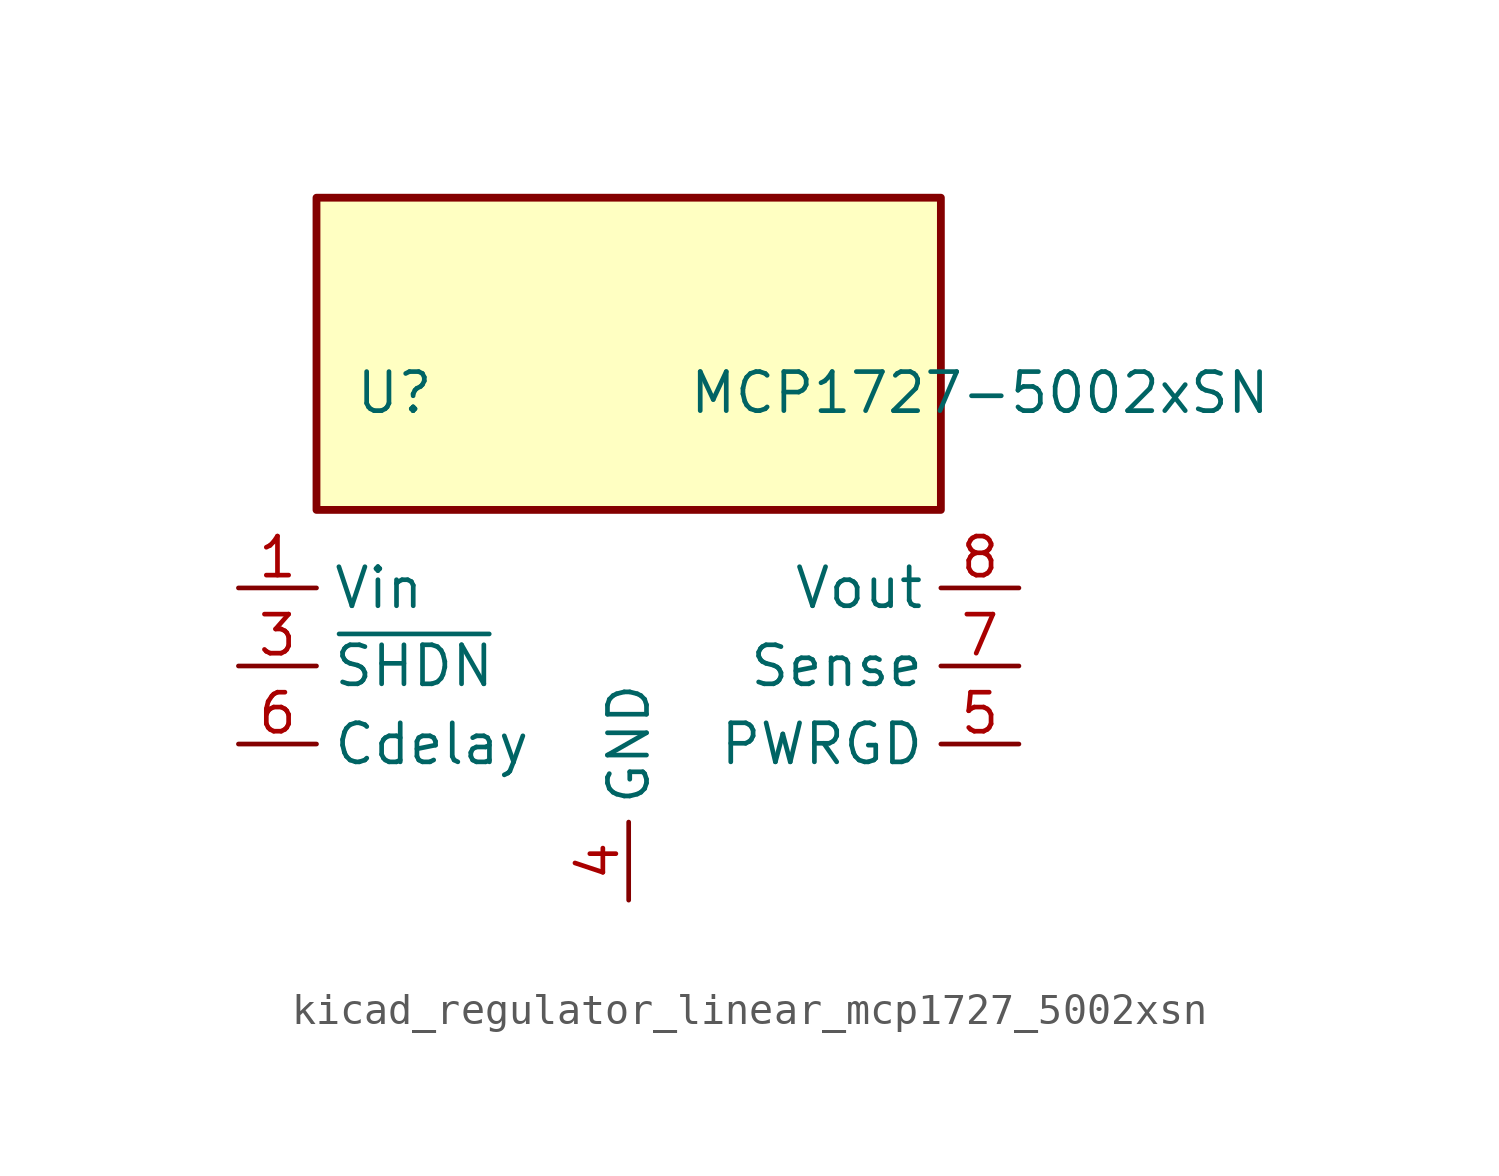
<source format=kicad_sym>
(kicad_symbol_lib
  (version 20220914)
  (generator kicad_symbol_editor)
  (symbol "kicad_regulator_linear_mcp1727_5002xsn"
    (property "Reference" "U"
      (at -7.62 8.89 0)
      (effects (font (size 1.27 1.27))))
    (property "Value" "MCP1727-5002xSN"
      (at 11.43 8.89 0)
      (effects (font (size 1.27 1.27))))
    (symbol "kicad_regulator_linear_mcp1727_5002xsn_0_0"
      (pin open_collector line (at 12.7 -2.54 180) (length 2.54) (name "PWRGD" (effects (font (size 1.27 1.27)))) (number "5" (effects (font (size 1.27 1.27)))))
      (pin input line (at -12.7 -2.54 0) (length 2.54) (name "Cdelay" (effects (font (size 1.27 1.27)))) (number "6" (effects (font (size 1.27 1.27)))))
      (pin input line (at 12.7 0 180) (length 2.54) (name "Sense" (effects (font (size 1.27 1.27)))) (number "7" (effects (font (size 1.27 1.27)))))
      (pin power_out line (at 12.7 2.54 180) (length 2.54) (name "Vout" (effects (font (size 1.27 1.27)))) (number "8" (effects (font (size 1.27 1.27))))))
    (symbol "kicad_regulator_linear_mcp1727_5002xsn_0_1"
      (rectangle (start 10.16 15.24) (end -10.16 5.08) (stroke (width 0.254) (type default)) (fill (type background))))
    (symbol "kicad_regulator_linear_mcp1727_5002xsn_1_1"
      (pin power_in line (at -12.7 2.54 0) (length 2.54) (name "Vin" (effects (font (size 1.27 1.27)))) (number "1" (effects (font (size 1.27 1.27)))))
      (pin passive line (at -12.7 2.54 0) (length 2.54) hide (name "Vin" (effects (font (size 1.27 1.27)))) (number "2" (effects (font (size 1.27 1.27)))))
      (pin input line (at -12.7 0 0) (length 2.54) (name "~{SHDN}" (effects (font (size 1.27 1.27)))) (number "3" (effects (font (size 1.27 1.27)))))
      (pin power_in line (at 0 -7.62 90) (length 2.54) (name "GND" (effects (font (size 1.27 1.27)))) (number "4" (effects (font (size 1.27 1.27))))))))
</source>
